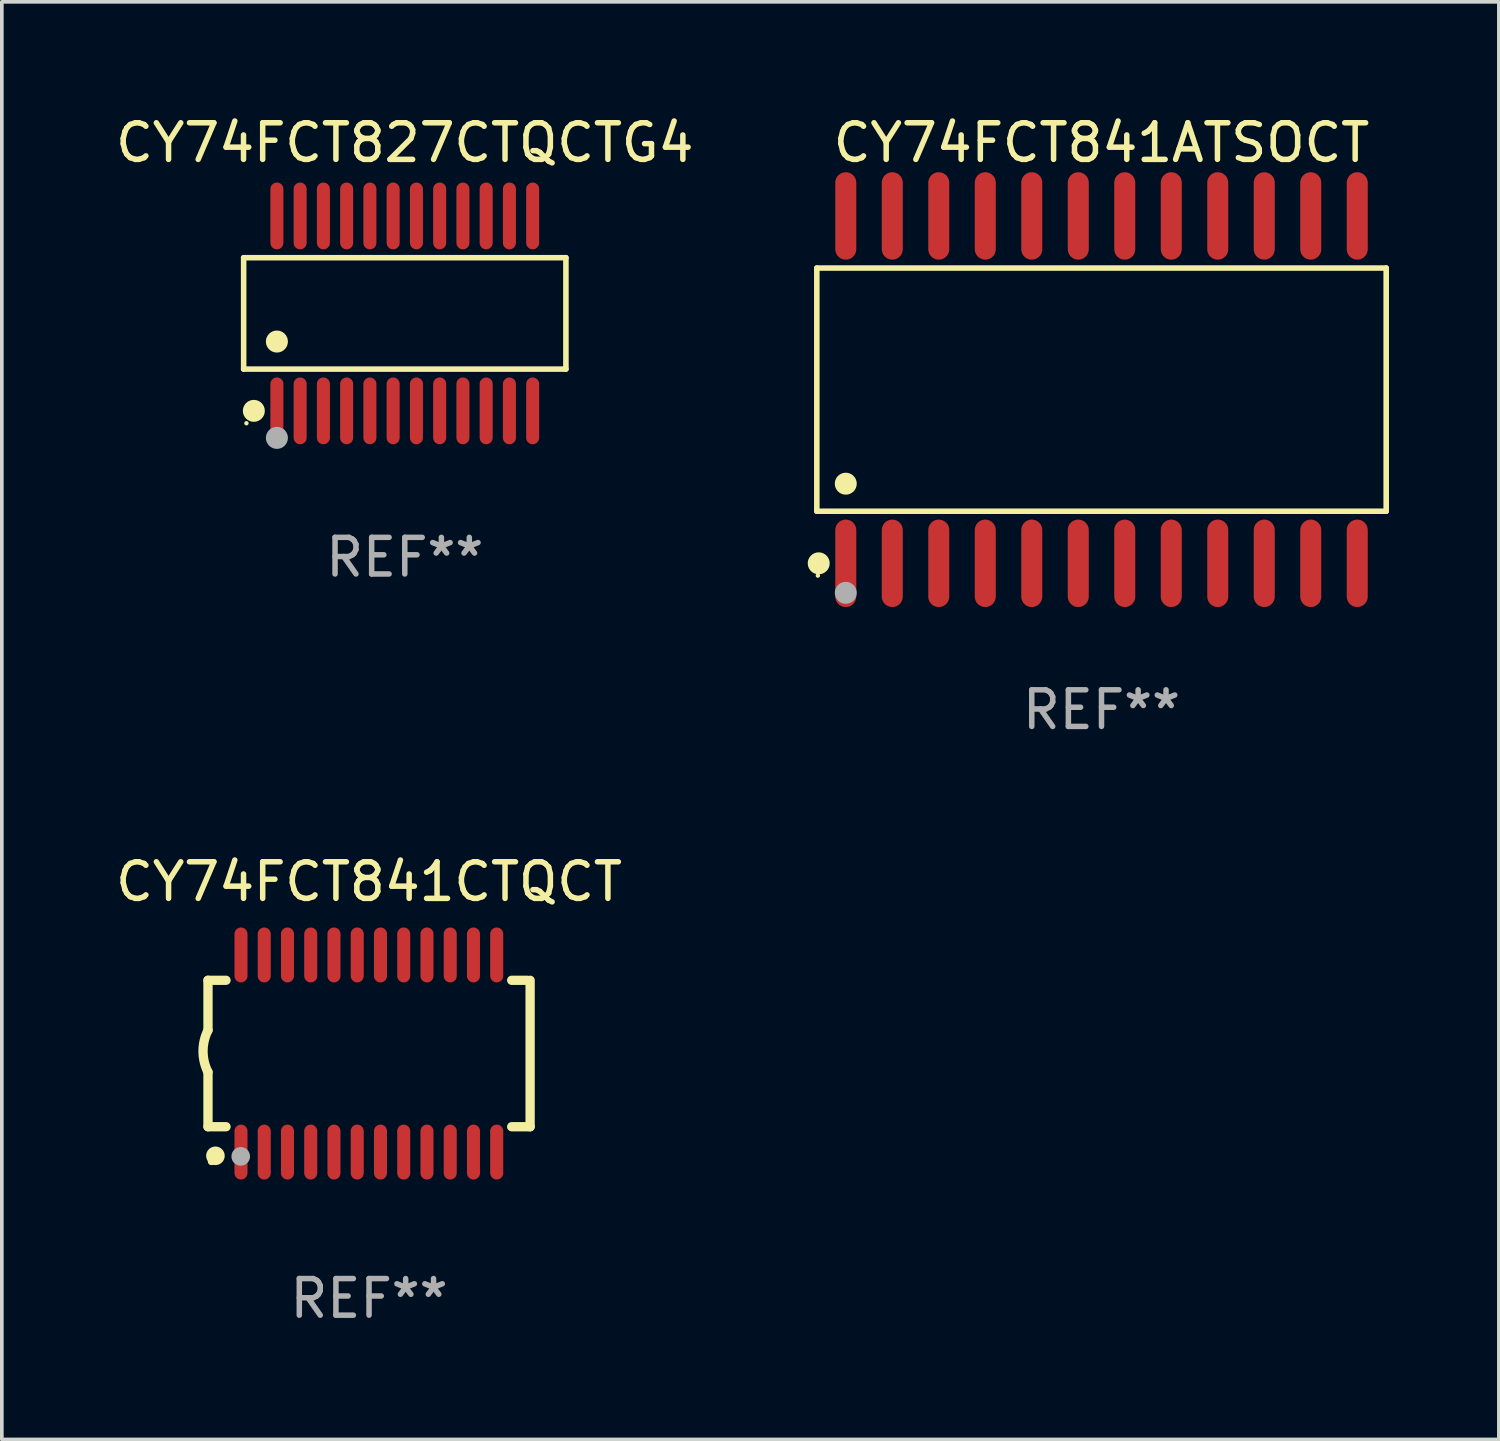
<source format=kicad_pcb>
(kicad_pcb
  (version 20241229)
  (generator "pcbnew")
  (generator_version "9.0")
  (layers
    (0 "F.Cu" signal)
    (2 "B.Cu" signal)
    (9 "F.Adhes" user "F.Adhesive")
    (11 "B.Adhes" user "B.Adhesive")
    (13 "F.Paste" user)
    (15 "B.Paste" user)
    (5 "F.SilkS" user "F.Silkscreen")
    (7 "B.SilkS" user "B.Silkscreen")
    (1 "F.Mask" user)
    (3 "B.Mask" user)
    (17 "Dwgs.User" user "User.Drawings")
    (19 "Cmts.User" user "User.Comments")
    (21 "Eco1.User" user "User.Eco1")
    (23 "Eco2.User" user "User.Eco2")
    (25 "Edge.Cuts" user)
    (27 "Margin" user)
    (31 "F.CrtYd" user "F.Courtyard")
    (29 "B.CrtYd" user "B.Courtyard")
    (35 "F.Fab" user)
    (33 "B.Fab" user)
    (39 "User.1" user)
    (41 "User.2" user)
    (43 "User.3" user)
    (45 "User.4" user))
  (footprint "CY74FCT841CTQCT"
    (layer "F.Cu")
    (at 7.03 25.725)
    (property "Reference" "CY74FCT841CTQCT" (at 0 -4.692 0) (layer "F.SilkS") (effects (font (size 1 1) (thickness 0.15))))
    (attr through_hole)
    (fp_line (start -4.399 -2) (end -4.399 -0.635) (stroke (width 0.254) (type solid)) (layer "F.SilkS"))
    (fp_line (start -4.399 -2) (end -3.907 -2) (stroke (width 0.254) (type solid)) (layer "F.SilkS"))
    (fp_line (start -4.399 2) (end -4.399 0.508) (stroke (width 0.254) (type solid)) (layer "F.SilkS"))
    (fp_line (start -4.399 2) (end -3.907 2) (stroke (width 0.254) (type solid)) (layer "F.SilkS"))
    (fp_line (start 3.896 -2) (end 4.313 -2) (stroke (width 0.254) (type solid)) (layer "F.SilkS"))
    (fp_line (start 3.896 2) (end 4.399 2) (stroke (width 0.254) (type solid)) (layer "F.SilkS"))
    (fp_line (start 4.399 2) (end 4.399 -2) (stroke (width 0.254) (type solid)) (layer "F.SilkS"))
    (fp_arc (start -4.399301 0.508001) (mid -4.534214 -0.0635) (end -4.399301 -0.635001) (stroke (width 0.254001) (type solid)) (layer "F.SilkS"))
    (fp_circle (center -4.305 2.95) (end -4.255 2.95) (stroke (width 0.1) (type solid)) (fill no) (layer "F.SilkS"))
    (fp_circle (center -4.196 2.794) (end -4.069 2.794) (stroke (width 0.254) (type solid)) (fill no) (layer "F.SilkS"))
    (fp_circle (center -3.505 2.81) (end -3.378 2.81) (stroke (width 0.254) (type solid)) (fill no) (layer "F.Fab"))
    (fp_text user "REF**" (at 0 6.692 0) (layer "F.Fab") (effects (font (size 1 1) (thickness 0.15))))
    (pad "1" smd oval (at -3.498 2.692 90) (size 1.5 0.356) (layers "F.Cu" "F.Mask" "F.Paste"))
    (pad "2" smd oval (at -2.863 2.692 90) (size 1.5 0.356) (layers "F.Cu" "F.Mask" "F.Paste"))
    (pad "3" smd oval (at -2.228 2.692 90) (size 1.5 0.356) (layers "F.Cu" "F.Mask" "F.Paste"))
    (pad "4" smd oval (at -1.593 2.692 90) (size 1.5 0.356) (layers "F.Cu" "F.Mask" "F.Paste"))
    (pad "5" smd oval (at -0.958 2.692 90) (size 1.5 0.356) (layers "F.Cu" "F.Mask" "F.Paste"))
    (pad "6" smd oval (at -0.323 2.692 90) (size 1.5 0.356) (layers "F.Cu" "F.Mask" "F.Paste"))
    (pad "7" smd oval (at 0.312 2.692 90) (size 1.5 0.356) (layers "F.Cu" "F.Mask" "F.Paste"))
    (pad "8" smd oval (at 0.947 2.692 90) (size 1.5 0.356) (layers "F.Cu" "F.Mask" "F.Paste"))
    (pad "9" smd oval (at 1.582 2.692 90) (size 1.5 0.356) (layers "F.Cu" "F.Mask" "F.Paste"))
    (pad "10" smd oval (at 2.217 2.692 90) (size 1.5 0.356) (layers "F.Cu" "F.Mask" "F.Paste"))
    (pad "11" smd oval (at 2.852 2.692 90) (size 1.5 0.356) (layers "F.Cu" "F.Mask" "F.Paste"))
    (pad "12" smd oval (at 3.487 2.692 90) (size 1.5 0.356) (layers "F.Cu" "F.Mask" "F.Paste"))
    (pad "13" smd oval (at 3.487 -2.692 90) (size 1.5 0.356) (layers "F.Cu" "F.Mask" "F.Paste"))
    (pad "14" smd oval (at 2.852 -2.692 90) (size 1.5 0.356) (layers "F.Cu" "F.Mask" "F.Paste"))
    (pad "15" smd oval (at 2.217 -2.692 90) (size 1.5 0.356) (layers "F.Cu" "F.Mask" "F.Paste"))
    (pad "16" smd oval (at 1.582 -2.692 90) (size 1.5 0.356) (layers "F.Cu" "F.Mask" "F.Paste"))
    (pad "17" smd oval (at 0.947 -2.692 90) (size 1.5 0.356) (layers "F.Cu" "F.Mask" "F.Paste"))
    (pad "18" smd oval (at 0.312 -2.692 90) (size 1.5 0.356) (layers "F.Cu" "F.Mask" "F.Paste"))
    (pad "19" smd oval (at -0.323 -2.692 90) (size 1.5 0.356) (layers "F.Cu" "F.Mask" "F.Paste"))
    (pad "20" smd oval (at -0.958 -2.692 90) (size 1.5 0.356) (layers "F.Cu" "F.Mask" "F.Paste"))
    (pad "21" smd oval (at -1.593 -2.692 90) (size 1.5 0.356) (layers "F.Cu" "F.Mask" "F.Paste"))
    (pad "22" smd oval (at -2.228 -2.692 90) (size 1.5 0.356) (layers "F.Cu" "F.Mask" "F.Paste"))
    (pad "23" smd oval (at -2.863 -2.692 90) (size 1.5 0.356) (layers "F.Cu" "F.Mask" "F.Paste"))
    (pad "24" smd oval (at -3.498 -2.692 90) (size 1.5 0.356) (layers "F.Cu" "F.Mask" "F.Paste")))
  (footprint "CY74FCT827CTQCTG4"
    (layer "F.Cu")
    (at 8.006 5.51)
    (property "Reference" "CY74FCT827CTQCTG4" (at 0 -4.662 0) (layer "F.SilkS") (effects (font (size 1 1) (thickness 0.15))))
    (attr through_hole)
    (fp_line (start -4.401 -1.521) (end 4.401 -1.521) (stroke (width 0.152) (type solid)) (layer "F.SilkS"))
    (fp_line (start -4.401 1.521) (end -4.401 -1.521) (stroke (width 0.152) (type solid)) (layer "F.SilkS"))
    (fp_line (start 4.401 -1.521) (end 4.401 1.521) (stroke (width 0.152) (type solid)) (layer "F.SilkS"))
    (fp_line (start 4.401 1.521) (end -4.401 1.521) (stroke (width 0.152) (type solid)) (layer "F.SilkS"))
    (fp_circle (center -4.325 3) (end -4.295 3) (stroke (width 0.06) (type solid)) (fill no) (layer "F.SilkS"))
    (fp_circle (center -4.123 2.662) (end -3.973 2.662) (stroke (width 0.3) (type solid)) (fill no) (layer "F.SilkS"))
    (fp_circle (center -3.493 0.769) (end -3.342 0.769) (stroke (width 0.3) (type solid)) (fill no) (layer "F.SilkS"))
    (fp_circle (center -3.493 3.4) (end -3.342 3.4) (stroke (width 0.3) (type solid)) (fill no) (layer "F.Fab"))
    (fp_text user "REF**" (at 0 6.662 0) (layer "F.Fab") (effects (font (size 1 1) (thickness 0.15))))
    (pad "1" smd oval (at -3.493 2.662) (size 0.356 1.824) (layers "F.Cu" "F.Mask" "F.Paste"))
    (pad "2" smd oval (at -2.858 2.662) (size 0.356 1.824) (layers "F.Cu" "F.Mask" "F.Paste"))
    (pad "3" smd oval (at -2.223 2.662) (size 0.356 1.824) (layers "F.Cu" "F.Mask" "F.Paste"))
    (pad "4" smd oval (at -1.588 2.662) (size 0.356 1.824) (layers "F.Cu" "F.Mask" "F.Paste"))
    (pad "5" smd oval (at -0.953 2.662) (size 0.356 1.824) (layers "F.Cu" "F.Mask" "F.Paste"))
    (pad "6" smd oval (at -0.318 2.662) (size 0.356 1.824) (layers "F.Cu" "F.Mask" "F.Paste"))
    (pad "7" smd oval (at 0.318 2.662) (size 0.356 1.824) (layers "F.Cu" "F.Mask" "F.Paste"))
    (pad "8" smd oval (at 0.953 2.662) (size 0.356 1.824) (layers "F.Cu" "F.Mask" "F.Paste"))
    (pad "9" smd oval (at 1.588 2.662) (size 0.356 1.824) (layers "F.Cu" "F.Mask" "F.Paste"))
    (pad "10" smd oval (at 2.223 2.662) (size 0.356 1.824) (layers "F.Cu" "F.Mask" "F.Paste"))
    (pad "11" smd oval (at 2.858 2.662) (size 0.356 1.824) (layers "F.Cu" "F.Mask" "F.Paste"))
    (pad "12" smd oval (at 3.493 2.662) (size 0.356 1.824) (layers "F.Cu" "F.Mask" "F.Paste"))
    (pad "13" smd oval (at 3.493 -2.662) (size 0.356 1.824) (layers "F.Cu" "F.Mask" "F.Paste"))
    (pad "14" smd oval (at 2.858 -2.662) (size 0.356 1.824) (layers "F.Cu" "F.Mask" "F.Paste"))
    (pad "15" smd oval (at 2.223 -2.662) (size 0.356 1.824) (layers "F.Cu" "F.Mask" "F.Paste"))
    (pad "16" smd oval (at 1.588 -2.662) (size 0.356 1.824) (layers "F.Cu" "F.Mask" "F.Paste"))
    (pad "17" smd oval (at 0.953 -2.662) (size 0.356 1.824) (layers "F.Cu" "F.Mask" "F.Paste"))
    (pad "18" smd oval (at 0.318 -2.662) (size 0.356 1.824) (layers "F.Cu" "F.Mask" "F.Paste"))
    (pad "19" smd oval (at -0.318 -2.662) (size 0.356 1.824) (layers "F.Cu" "F.Mask" "F.Paste"))
    (pad "20" smd oval (at -0.953 -2.662) (size 0.356 1.824) (layers "F.Cu" "F.Mask" "F.Paste"))
    (pad "21" smd oval (at -1.588 -2.662) (size 0.356 1.824) (layers "F.Cu" "F.Mask" "F.Paste"))
    (pad "22" smd oval (at -2.223 -2.662) (size 0.356 1.824) (layers "F.Cu" "F.Mask" "F.Paste"))
    (pad "23" smd oval (at -2.858 -2.662) (size 0.356 1.824) (layers "F.Cu" "F.Mask" "F.Paste"))
    (pad "24" smd oval (at -3.493 -2.662) (size 0.356 1.824) (layers "F.Cu" "F.Mask" "F.Paste")))
  (footprint "CY74FCT841ATSOCT"
    (layer "F.Cu")
    (at 27.036 7.592)
    (property "Reference" "CY74FCT841ATSOCT" (at 0 -6.744 0) (layer "F.SilkS") (effects (font (size 1 1) (thickness 0.15))))
    (attr through_hole)
    (fp_line (start -7.776 -3.321) (end 7.776 -3.321) (stroke (width 0.152) (type solid)) (layer "F.SilkS"))
    (fp_line (start -7.776 3.321) (end -7.776 -3.321) (stroke (width 0.152) (type solid)) (layer "F.SilkS"))
    (fp_line (start 7.776 -3.321) (end 7.776 3.321) (stroke (width 0.152) (type solid)) (layer "F.SilkS"))
    (fp_line (start 7.776 3.321) (end -7.776 3.321) (stroke (width 0.152) (type solid)) (layer "F.SilkS"))
    (fp_circle (center -7.747 5.08) (end -7.717 5.08) (stroke (width 0.06) (type solid)) (fill no) (layer "F.SilkS"))
    (fp_circle (center -7.724 4.744) (end -7.574 4.744) (stroke (width 0.3) (type solid)) (fill no) (layer "F.SilkS"))
    (fp_circle (center -6.985 2.569) (end -6.835 2.569) (stroke (width 0.3) (type solid)) (fill no) (layer "F.SilkS"))
    (fp_circle (center -6.985 5.55) (end -6.835 5.55) (stroke (width 0.3) (type solid)) (fill no) (layer "F.Fab"))
    (fp_text user "REF**" (at 0 8.744 0) (layer "F.Fab") (effects (font (size 1 1) (thickness 0.15))))
    (pad "1" smd oval (at -6.985 4.744) (size 0.574 2.388) (layers "F.Cu" "F.Mask" "F.Paste"))
    (pad "2" smd oval (at -5.715 4.744) (size 0.574 2.388) (layers "F.Cu" "F.Mask" "F.Paste"))
    (pad "3" smd oval (at -4.445 4.744) (size 0.574 2.388) (layers "F.Cu" "F.Mask" "F.Paste"))
    (pad "4" smd oval (at -3.175 4.744) (size 0.574 2.388) (layers "F.Cu" "F.Mask" "F.Paste"))
    (pad "5" smd oval (at -1.905 4.744) (size 0.574 2.388) (layers "F.Cu" "F.Mask" "F.Paste"))
    (pad "6" smd oval (at -0.635 4.744) (size 0.574 2.388) (layers "F.Cu" "F.Mask" "F.Paste"))
    (pad "7" smd oval (at 0.635 4.744) (size 0.574 2.388) (layers "F.Cu" "F.Mask" "F.Paste"))
    (pad "8" smd oval (at 1.905 4.744) (size 0.574 2.388) (layers "F.Cu" "F.Mask" "F.Paste"))
    (pad "9" smd oval (at 3.175 4.744) (size 0.574 2.388) (layers "F.Cu" "F.Mask" "F.Paste"))
    (pad "10" smd oval (at 4.445 4.744) (size 0.574 2.388) (layers "F.Cu" "F.Mask" "F.Paste"))
    (pad "11" smd oval (at 5.715 4.744) (size 0.574 2.388) (layers "F.Cu" "F.Mask" "F.Paste"))
    (pad "12" smd oval (at 6.985 4.744) (size 0.574 2.388) (layers "F.Cu" "F.Mask" "F.Paste"))
    (pad "13" smd oval (at 6.985 -4.744) (size 0.574 2.388) (layers "F.Cu" "F.Mask" "F.Paste"))
    (pad "14" smd oval (at 5.715 -4.744) (size 0.574 2.388) (layers "F.Cu" "F.Mask" "F.Paste"))
    (pad "15" smd oval (at 4.445 -4.744) (size 0.574 2.388) (layers "F.Cu" "F.Mask" "F.Paste"))
    (pad "16" smd oval (at 3.175 -4.744) (size 0.574 2.388) (layers "F.Cu" "F.Mask" "F.Paste"))
    (pad "17" smd oval (at 1.905 -4.744) (size 0.574 2.388) (layers "F.Cu" "F.Mask" "F.Paste"))
    (pad "18" smd oval (at 0.635 -4.744) (size 0.574 2.388) (layers "F.Cu" "F.Mask" "F.Paste"))
    (pad "19" smd oval (at -0.635 -4.744) (size 0.574 2.388) (layers "F.Cu" "F.Mask" "F.Paste"))
    (pad "20" smd oval (at -1.905 -4.744) (size 0.574 2.388) (layers "F.Cu" "F.Mask" "F.Paste"))
    (pad "21" smd oval (at -3.175 -4.744) (size 0.574 2.388) (layers "F.Cu" "F.Mask" "F.Paste"))
    (pad "22" smd oval (at -4.445 -4.744) (size 0.574 2.388) (layers "F.Cu" "F.Mask" "F.Paste"))
    (pad "23" smd oval (at -5.715 -4.744) (size 0.574 2.388) (layers "F.Cu" "F.Mask" "F.Paste"))
    (pad "24" smd oval (at -6.985 -4.744) (size 0.574 2.388) (layers "F.Cu" "F.Mask" "F.Paste")))
  (gr_rect
    (start -3 -3)
    (end 37.889 36.266)
    (stroke (width 0.1) (type default))
    (fill no)
    (layer "Edge.Cuts")))
</source>
